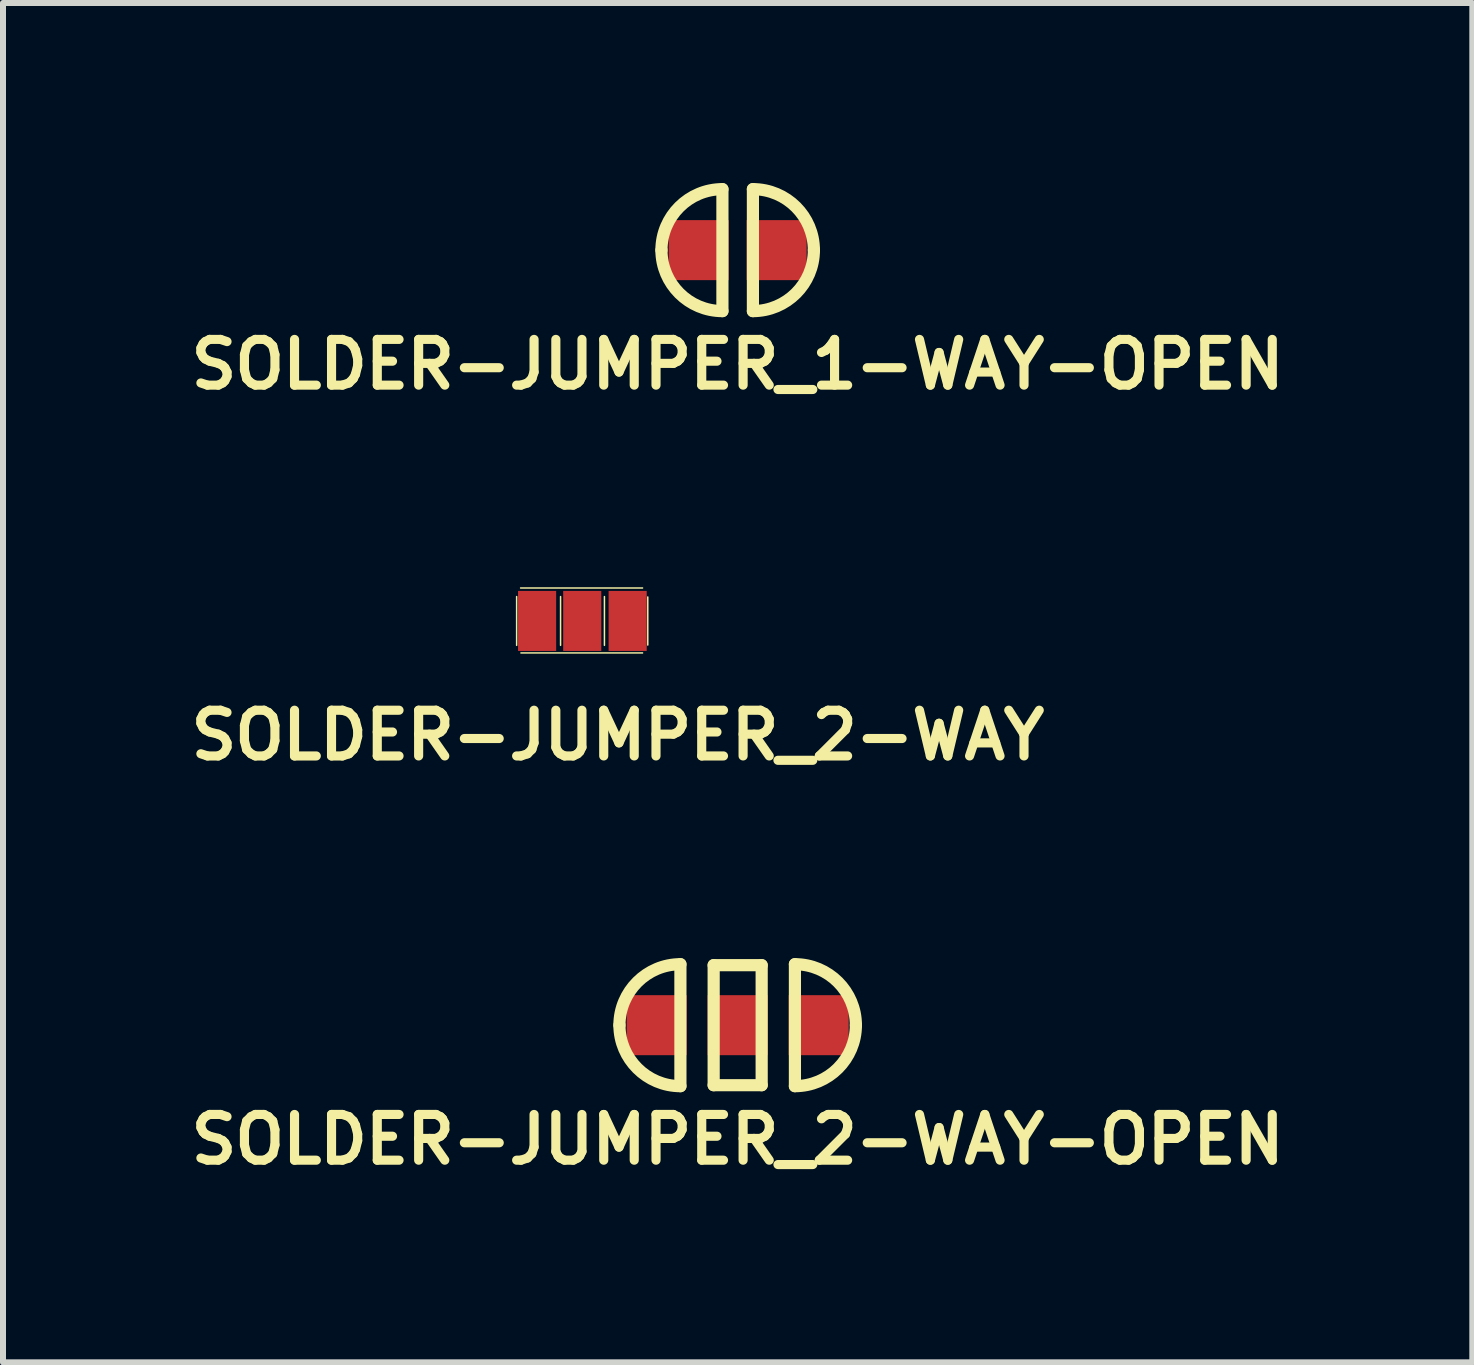
<source format=kicad_pcb>
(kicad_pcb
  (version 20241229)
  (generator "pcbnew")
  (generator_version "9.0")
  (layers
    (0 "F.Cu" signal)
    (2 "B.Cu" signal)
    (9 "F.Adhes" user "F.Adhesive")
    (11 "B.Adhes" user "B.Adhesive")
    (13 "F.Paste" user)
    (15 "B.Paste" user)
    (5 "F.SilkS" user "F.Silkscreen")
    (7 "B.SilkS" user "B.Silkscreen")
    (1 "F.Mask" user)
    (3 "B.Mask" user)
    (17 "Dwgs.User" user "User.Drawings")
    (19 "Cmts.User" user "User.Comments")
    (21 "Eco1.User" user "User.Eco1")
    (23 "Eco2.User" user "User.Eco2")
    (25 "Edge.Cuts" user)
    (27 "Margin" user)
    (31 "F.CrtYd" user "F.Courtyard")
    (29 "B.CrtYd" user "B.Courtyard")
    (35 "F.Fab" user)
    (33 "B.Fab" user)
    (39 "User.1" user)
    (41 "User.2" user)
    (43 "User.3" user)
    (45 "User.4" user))
  (footprint "SOLDER-JUMPER_2-WAY-OPEN"
    (layer "F.Cu")
    (at 9.242 14.033)
    (property "Reference" "SOLDER-JUMPER_2-WAY-OPEN" (at 0 1.905 0) (layer "F.SilkS") (effects (font (size 0.762 0.762) (thickness 0.152))))
    (attr through_hole)
    (fp_line (start -0.954 -1.016) (end -0.954 1.016) (stroke (width 0.203) (type solid)) (layer "F.SilkS"))
    (fp_line (start -0.4 -1) (end -0.4 1) (stroke (width 0.203) (type solid)) (layer "F.SilkS"))
    (fp_line (start -0.4 1) (end 0.4 1) (stroke (width 0.203) (type solid)) (layer "F.SilkS"))
    (fp_line (start 0.4 -1) (end -0.4 -1) (stroke (width 0.203) (type solid)) (layer "F.SilkS"))
    (fp_line (start 0.4 1) (end 0.4 -1) (stroke (width 0.203) (type solid)) (layer "F.SilkS"))
    (fp_line (start 0.954 1.016) (end 0.954 -1.016) (stroke (width 0.203) (type solid)) (layer "F.SilkS"))
    (fp_arc (start -1.97 0) (mid -1.67242 -0.71842) (end -0.954 -1.016) (stroke (width 0.2032) (type solid)) (layer "F.SilkS"))
    (fp_arc (start -0.954 1.016) (mid -1.67242 0.71842) (end -1.97 0) (stroke (width 0.2032) (type solid)) (layer "F.SilkS"))
    (fp_arc (start 0.954 -1.016) (mid 1.67242 -0.71842) (end 1.97 0) (stroke (width 0.2032) (type solid)) (layer "F.SilkS"))
    (fp_arc (start 1.97 0) (mid 1.67242 0.71842) (end 0.954 1.016) (stroke (width 0.2032) (type solid)) (layer "F.SilkS"))
    (pad "1" smd rect (at -1.35 0) (size 1 1) (layers "F.Cu" "F.Mask" "F.Paste"))
    (pad "2" smd rect (at 0 0) (size 1 1) (layers "F.Cu" "F.Mask" "F.Paste"))
    (pad "3" smd rect (at 1.35 0) (size 1 1) (layers "F.Cu" "F.Mask" "F.Paste")))
  (footprint "SOLDER-JUMPER_2-WAY"
    (layer "F.Cu")
    (at 7.246 7.297)
    (property "Reference" "SOLDER-JUMPER_2-WAY" (at 0 1.905 0) (layer "F.SilkS") (effects (font (size 0.762 0.762) (thickness 0.152))))
    (attr through_hole)
    (fp_line (start -1.687 -0.406) (end -1.687 0.406) (stroke (width 0.025) (type solid)) (layer "F.SilkS"))
    (fp_line (start -1.615 0.533) (end 0.411 0.533) (stroke (width 0.025) (type solid)) (layer "F.SilkS"))
    (fp_line (start -0.955 -0.406) (end -0.955 0.406) (stroke (width 0.025) (type solid)) (layer "F.SilkS"))
    (fp_line (start -0.224 -0.406) (end -0.224 0.406) (stroke (width 0.025) (type solid)) (layer "F.SilkS"))
    (fp_line (start 0.411 -0.549) (end -1.621 -0.549) (stroke (width 0.025) (type solid)) (layer "F.SilkS"))
    (fp_line (start 0.498 -0.399) (end 0.498 0.401) (stroke (width 0.025) (type solid)) (layer "F.SilkS"))
    (pad "1" smd rect (at -1.346 0) (size 0.635 1) (layers "F.Cu" "F.Mask" "F.Paste"))
    (pad "2" smd rect (at -0.594 0) (size 0.635 1) (layers "F.Cu" "F.Mask" "F.Paste"))
    (pad "3" smd rect (at 0.163 0) (size 0.635 1) (layers "F.Cu" "F.Mask" "F.Paste")))
  (footprint "SOLDER-JUMPER_1-WAY-OPEN"
    (layer "F.Cu")
    (at 9.242 1.118)
    (property "Reference" "SOLDER-JUMPER_1-WAY-OPEN" (at 0 1.905 0) (layer "F.SilkS") (effects (font (size 0.762 0.762) (thickness 0.152))))
    (attr through_hole)
    (fp_line (start -0.254 -1.016) (end -0.254 1.016) (stroke (width 0.203) (type solid)) (layer "F.SilkS"))
    (fp_line (start 0.254 1.016) (end 0.254 -1.016) (stroke (width 0.203) (type solid)) (layer "F.SilkS"))
    (fp_arc (start -1.27 0) (mid -0.97242 -0.71842) (end -0.254 -1.016) (stroke (width 0.2032) (type solid)) (layer "F.SilkS"))
    (fp_arc (start -0.254 1.016) (mid -0.97242 0.71842) (end -1.27 0) (stroke (width 0.2032) (type solid)) (layer "F.SilkS"))
    (fp_arc (start 0.254 -1.016) (mid 0.97242 -0.71842) (end 1.27 0) (stroke (width 0.2032) (type solid)) (layer "F.SilkS"))
    (fp_arc (start 1.27 0) (mid 0.97242 0.71842) (end 0.254 1.016) (stroke (width 0.2032) (type solid)) (layer "F.SilkS"))
    (pad "1" smd rect (at -0.65 0) (size 1 1) (layers "F.Cu" "F.Mask" "F.Paste"))
    (pad "2" smd rect (at 0.65 0) (size 1 1) (layers "F.Cu" "F.Mask" "F.Paste")))
  (gr_rect
    (start -3 -3)
    (end 21.484 19.651)
    (stroke (width 0.1) (type default))
    (fill no)
    (layer "Edge.Cuts")))
</source>
